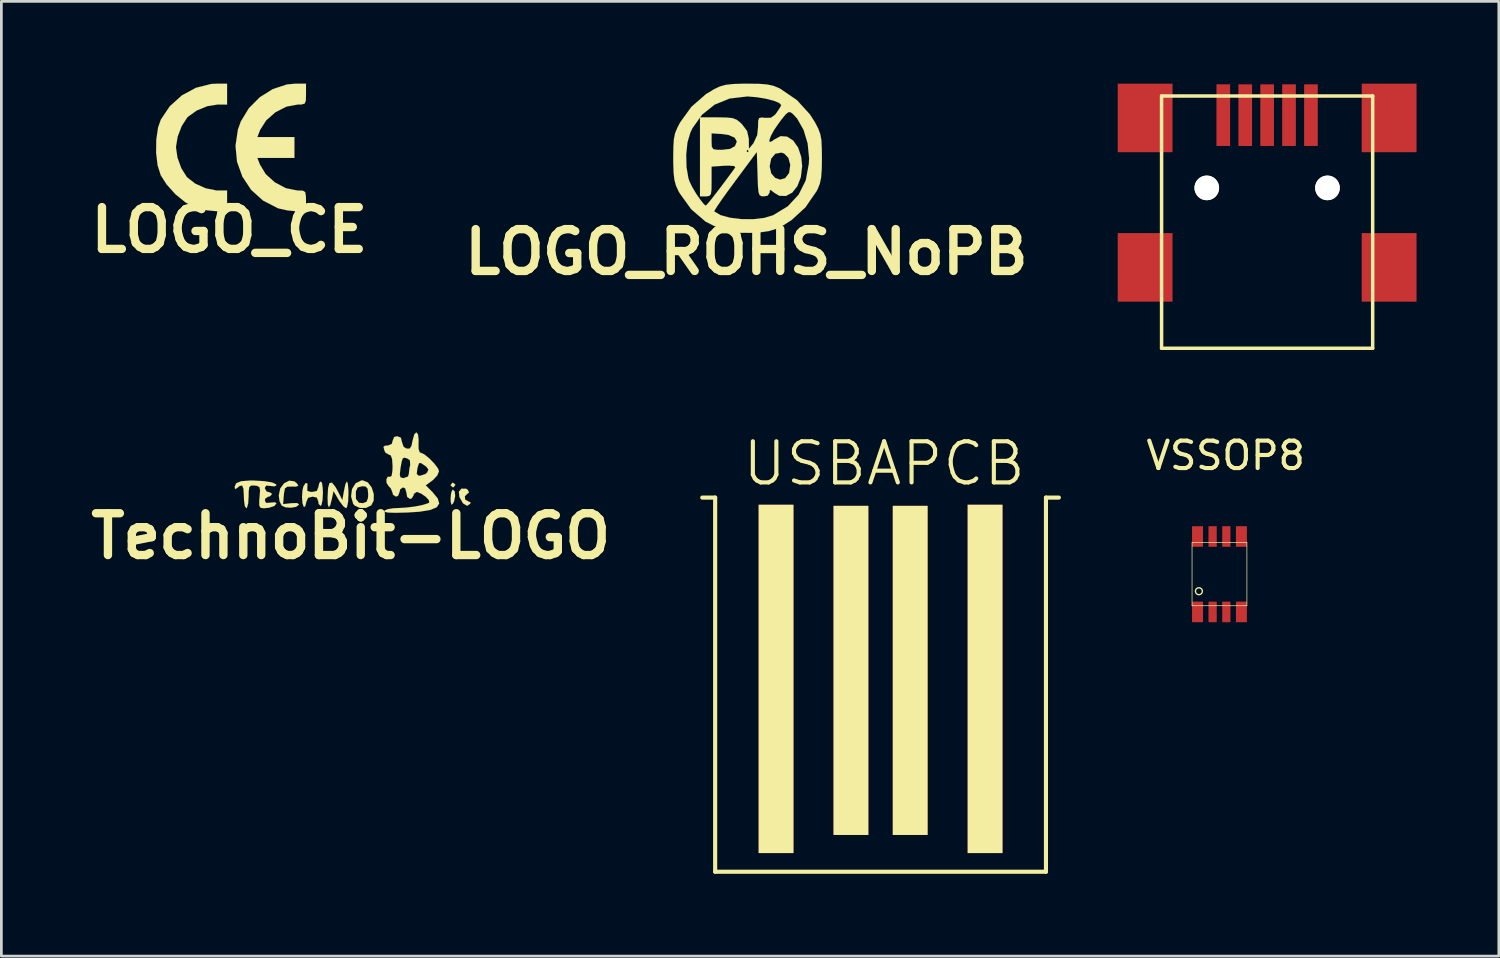
<source format=kicad_pcb>
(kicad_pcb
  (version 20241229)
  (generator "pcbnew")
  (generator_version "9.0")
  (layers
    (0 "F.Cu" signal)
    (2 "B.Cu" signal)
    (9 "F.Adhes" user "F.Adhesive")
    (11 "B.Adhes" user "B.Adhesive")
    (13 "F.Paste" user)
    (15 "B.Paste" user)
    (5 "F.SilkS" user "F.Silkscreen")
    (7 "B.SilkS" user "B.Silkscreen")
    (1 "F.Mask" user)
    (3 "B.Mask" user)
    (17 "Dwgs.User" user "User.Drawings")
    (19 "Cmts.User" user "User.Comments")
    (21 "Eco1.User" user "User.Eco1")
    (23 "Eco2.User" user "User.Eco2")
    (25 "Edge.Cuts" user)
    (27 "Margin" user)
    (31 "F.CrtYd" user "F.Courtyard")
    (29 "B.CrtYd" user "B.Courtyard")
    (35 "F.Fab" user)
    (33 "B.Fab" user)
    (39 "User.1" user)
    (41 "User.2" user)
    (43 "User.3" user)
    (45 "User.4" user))
  (footprint "MINIBUSB"
    (layer "F.Cu")
    (at 43.146 4.798)
    (property "Reference" "MINIBUSB" (at 0 0 0) (layer "Cmts.User") (effects (font (size 0.001 0.001) (thickness 0.000001))))
    (attr through_hole)
    (fp_line (start -3.848 -4.348) (end -3.848 4.849) (stroke (width 0.127) (type solid)) (layer "F.SilkS"))
    (fp_line (start -3.848 4.849) (end 3.848 4.849) (stroke (width 0.127) (type solid)) (layer "F.SilkS"))
    (fp_line (start 3.848 -4.348) (end -3.848 -4.348) (stroke (width 0.127) (type solid)) (layer "F.SilkS"))
    (fp_line (start 3.848 4.849) (end 3.848 -4.348) (stroke (width 0.127) (type solid)) (layer "F.SilkS"))
    (pad "" np_thru_hole circle (at -2.2 -0.998) (size 0.899 0.899) (drill 0.899) (layers "*.Cu" "*.Mask" "F.SilkS"))
    (pad "" np_thru_hole circle (at 2.2 -0.998) (size 0.899 0.899) (drill 0.899) (layers "*.Cu" "*.Mask" "F.SilkS"))
    (pad "1" smd rect (at -1.598 -3.65) (size 0.498 2.248) (layers "F.Cu" "F.Mask" "F.Paste"))
    (pad "2" smd rect (at -0.798 -3.65) (size 0.498 2.248) (layers "F.Cu" "F.Mask" "F.Paste"))
    (pad "3" smd rect (at 0 -3.65) (size 0.498 2.248) (layers "F.Cu" "F.Mask" "F.Paste"))
    (pad "4" smd rect (at 0.798 -3.65) (size 0.498 2.248) (layers "F.Cu" "F.Mask" "F.Paste"))
    (pad "5" smd rect (at 1.598 -3.65) (size 0.498 2.248) (layers "F.Cu" "F.Mask" "F.Paste"))
    (pad "S1" smd rect (at -4.448 -3.548) (size 1.999 2.499) (layers "F.Cu" "F.Mask" "F.Paste"))
    (pad "S2" smd rect (at -4.448 1.9) (size 1.999 2.499) (layers "F.Cu" "F.Mask" "F.Paste"))
    (pad "S3" smd rect (at 4.448 1.9) (size 1.999 2.499) (layers "F.Cu" "F.Mask" "F.Paste"))
    (pad "S4" smd rect (at 4.448 -3.548) (size 1.999 2.499) (layers "F.Cu" "F.Mask" "F.Paste")))
  (footprint "VSSOP8"
    (layer "F.Cu")
    (at 41.409 17.884)
    (property "Reference" "VSSOP8" (at 0.225 -4.325 0) (layer "F.SilkS") (effects (font (size 1 1) (thickness 0.15))))
    (attr through_hole)
    (fp_line (start -1 -1.15) (end -1 1.15) (stroke (width 0.025) (type solid)) (layer "F.SilkS"))
    (fp_line (start -1 1.15) (end 1 1.15) (stroke (width 0.025) (type solid)) (layer "F.SilkS"))
    (fp_line (start 1 -1.15) (end -1 -1.15) (stroke (width 0.025) (type solid)) (layer "F.SilkS"))
    (fp_line (start 1 1.15) (end 1 -1.15) (stroke (width 0.025) (type solid)) (layer "F.SilkS"))
    (fp_circle (center -0.75 0.62) (end -0.66 0.53) (stroke (width 0.05) (type solid)) (fill no) (layer "F.SilkS"))
    (pad "1" smd rect (at -0.8 1.375) (size 0.4 0.75) (layers "F.Cu" "F.Mask" "F.Paste"))
    (pad "2" smd rect (at -0.25 1.375) (size 0.3 0.75) (layers "F.Cu" "F.Mask" "F.Paste"))
    (pad "3" smd rect (at 0.25 1.375) (size 0.3 0.75) (layers "F.Cu" "F.Mask" "F.Paste"))
    (pad "4" smd rect (at 0.8 1.375) (size 0.4 0.75) (layers "F.Cu" "F.Mask" "F.Paste"))
    (pad "5" smd rect (at 0.8 -1.375) (size 0.4 0.75) (layers "F.Cu" "F.Mask" "F.Paste"))
    (pad "6" smd rect (at 0.25 -1.375) (size 0.3 0.75) (layers "F.Cu" "F.Mask" "F.Paste"))
    (pad "7" smd rect (at -0.25 -1.375) (size 0.3 0.75) (layers "F.Cu" "F.Mask" "F.Paste"))
    (pad "8" smd rect (at -0.8 -1.375) (size 0.4 0.75) (layers "F.Cu" "F.Mask" "F.Paste")))
  (footprint "LOGO_ROHS_NoPB"
    (layer "F.Cu")
    (at 24.162 2.668)
    (property "Reference" "LOGO_ROHS_NoPB" (at 0 3.47 0) (layer "F.SilkS") (effects (font (size 1.524 1.524) (thickness 0.305))))
    (attr through_hole)
    (fp_poly (pts (xy 2.753 0.043) (xy 2.746 0.46) (xy 2.723 0.757) (xy 2.677 0.978) (xy 2.598 1.176) (xy 2.558 1.252) (xy 2.286 1.646) (xy 2.286 0.043) (xy 2.233 -0.49) (xy 2.083 -0.986) (xy 1.852 -1.392) (xy 1.699 -1.56) (xy 1.608 -1.628) (xy 1.527 -1.628) (xy 1.422 -1.539) (xy 1.27 -1.349) (xy 1.27 -1.882) (xy 1.27 -1.887) (xy 1.194 -1.966) (xy 0.991 -2.047) (xy 0.706 -2.121) (xy 0.384 -2.174) (xy 0.066 -2.2) (xy 0.015 -2.2) (xy -0.612 -2.126) (xy -1.156 -1.905) (xy -1.61 -1.544) (xy -1.687 -1.44) (xy -1.052 -1.44) (xy -0.716 -1.433) (xy -0.498 -1.41) (xy -0.348 -1.349) (xy -0.216 -1.242) (xy -0.163 -1.191) (xy 0.023 -0.945) (xy 0.086 -0.668) (xy 0.089 -0.62) (xy 0.091 -0.295) (xy 0.257 -0.495) (xy 0.394 -0.79) (xy 0.424 -1.077) (xy 0.429 -1.311) (xy 0.467 -1.415) (xy 0.569 -1.435) (xy 0.683 -1.42) (xy 0.892 -1.425) (xy 1.046 -1.537) (xy 1.105 -1.615) (xy 1.217 -1.783) (xy 1.27 -1.882) (xy 1.27 -1.349) (xy 1.262 -1.339) (xy 1.194 -1.247) (xy 1.013 -0.986) (xy 0.892 -0.765) (xy 0.836 -0.607) (xy 0.851 -0.536) (xy 0.947 -0.577) (xy 1.001 -0.622) (xy 1.245 -0.754) (xy 1.486 -0.737) (xy 1.707 -0.592) (xy 1.885 -0.338) (xy 1.999 0.005) (xy 2.032 0.338) (xy 1.984 0.742) (xy 1.857 1.069) (xy 1.669 1.306) (xy 1.6 1.341) (xy 1.6 0.29) (xy 1.532 0.041) (xy 1.377 -0.122) (xy 1.273 -0.155) (xy 1.054 -0.114) (xy 0.904 0.064) (xy 0.848 0.343) (xy 0.848 0.348) (xy 0.904 0.602) (xy 1.044 0.765) (xy 1.229 0.831) (xy 1.41 0.78) (xy 1.549 0.602) (xy 1.56 0.572) (xy 1.6 0.29) (xy 1.6 1.341) (xy 1.443 1.427) (xy 1.199 1.42) (xy 1.001 1.3) (xy 0.886 1.206) (xy 0.851 1.232) (xy 0.848 1.3) (xy 0.777 1.415) (xy 0.638 1.44) (xy 0.541 1.433) (xy 0.48 1.392) (xy 0.442 1.285) (xy 0.422 1.082) (xy 0.409 0.747) (xy 0.406 0.632) (xy 0.381 -0.178) (xy 0.086 0.218) (xy 0.086 -0.211) (xy 0.043 -0.254) (xy 0 -0.211) (xy 0.043 -0.168) (xy 0.086 -0.211) (xy 0.086 0.218) (xy -0.348 0.803) (xy -0.348 -0.559) (xy -0.429 -0.701) (xy -0.653 -0.798) (xy -0.876 -0.831) (xy -1.27 -0.856) (xy -1.27 -0.554) (xy -1.262 -0.368) (xy -1.204 -0.279) (xy -1.054 -0.254) (xy -0.899 -0.254) (xy -0.594 -0.29) (xy -0.417 -0.389) (xy -0.348 -0.559) (xy -0.348 0.803) (xy -0.404 0.876) (xy -0.404 0.381) (xy -0.447 0.335) (xy -0.643 0.32) (xy -0.813 0.325) (xy -1.27 0.356) (xy -1.27 0.897) (xy -1.273 1.191) (xy -1.295 1.354) (xy -1.349 1.422) (xy -1.45 1.44) (xy -1.481 1.44) (xy -1.692 1.44) (xy -1.692 0) (xy -1.692 -1.433) (xy -1.966 -1.046) (xy -2.042 -0.889) (xy -2.149 -0.528) (xy -2.195 -0.081) (xy -2.184 0.378) (xy -2.113 0.785) (xy -2.07 0.909) (xy -1.966 1.118) (xy -1.824 1.356) (xy -1.671 1.575) (xy -1.547 1.73) (xy -1.481 1.778) (xy -1.417 1.714) (xy -1.278 1.547) (xy -1.085 1.298) (xy -0.95 1.123) (xy -0.732 0.831) (xy -0.551 0.587) (xy -0.434 0.424) (xy -0.404 0.381) (xy -0.404 0.876) (xy -0.411 0.889) (xy -0.681 1.255) (xy -0.907 1.57) (xy -1.072 1.814) (xy -1.161 1.958) (xy -1.171 1.991) (xy -0.942 2.126) (xy -0.594 2.22) (xy -0.18 2.271) (xy 0.254 2.273) (xy 0.658 2.225) (xy 0.975 2.129) (xy 1.509 1.803) (xy 1.905 1.379) (xy 2.164 0.859) (xy 2.278 0.246) (xy 2.286 0.043) (xy 2.286 1.646) (xy 2.154 1.839) (xy 1.641 2.309) (xy 1.339 2.499) (xy 1.072 2.629) (xy 0.818 2.708) (xy 0.511 2.751) (xy 0.17 2.771) (xy -0.328 2.769) (xy -0.711 2.723) (xy -0.856 2.682) (xy -1.488 2.362) (xy -2.012 1.91) (xy -2.433 1.326) (xy -2.477 1.247) (xy -2.568 1.049) (xy -2.624 0.841) (xy -2.654 0.574) (xy -2.667 0.203) (xy -2.667 0.043) (xy -2.662 -0.358) (xy -2.644 -0.643) (xy -2.601 -0.856) (xy -2.522 -1.052) (xy -2.418 -1.252) (xy -2.007 -1.821) (xy -1.471 -2.289) (xy -1.168 -2.471) (xy -0.968 -2.565) (xy -0.759 -2.624) (xy -0.498 -2.654) (xy -0.132 -2.667) (xy 0.043 -2.667) (xy 0.46 -2.662) (xy 0.757 -2.639) (xy 0.978 -2.591) (xy 1.176 -2.512) (xy 1.252 -2.471) (xy 1.841 -2.068) (xy 2.316 -1.547) (xy 2.504 -1.252) (xy 2.619 -1.029) (xy 2.692 -0.833) (xy 2.733 -0.615) (xy 2.748 -0.32) (xy 2.753 0.043)) (stroke (width 0.003) (type solid)) (fill yes) (layer "F.SilkS")))
  (footprint "LOGO_CE"
    (layer "F.Cu")
    (at 5.312 2.287)
    (property "Reference" "LOGO_CE" (at 0 3.048 0) (layer "F.SilkS") (effects (font (size 1.524 1.524) (thickness 0.305))))
    (attr through_hole)
    (fp_poly (pts (xy -0.084 2.37) (xy -0.485 2.362) (xy -0.826 2.329) (xy -1.171 2.253) (xy -1.247 2.23) (xy -1.6 2.042) (xy -1.966 1.745) (xy -2.286 1.389) (xy -2.499 1.057) (xy -2.616 0.693) (xy -2.67 0.236) (xy -2.664 -0.246) (xy -2.598 -0.691) (xy -2.499 -0.975) (xy -2.172 -1.463) (xy -1.732 -1.859) (xy -1.219 -2.136) (xy -0.663 -2.276) (xy -0.45 -2.286) (xy -0.084 -2.286) (xy -0.084 -1.905) (xy -0.084 -1.524) (xy -0.427 -1.527) (xy -0.805 -1.466) (xy -1.194 -1.306) (xy -1.506 -1.082) (xy -1.542 -1.044) (xy -1.737 -0.742) (xy -1.885 -0.358) (xy -1.946 0.015) (xy -1.946 0.041) (xy -1.892 0.411) (xy -1.753 0.795) (xy -1.557 1.107) (xy -1.542 1.125) (xy -1.247 1.356) (xy -0.866 1.527) (xy -0.48 1.605) (xy -0.427 1.608) (xy -0.084 1.608) (xy -0.084 1.989) (xy -0.084 2.37)) (stroke (width 0.003) (type solid)) (fill yes) (layer "F.SilkS"))
    (fp_poly (pts (xy 2.794 2.37) (xy 2.436 2.365) (xy 2.118 2.334) (xy 1.808 2.266) (xy 1.768 2.253) (xy 1.229 1.976) (xy 0.795 1.585) (xy 0.475 1.102) (xy 0.279 0.559) (xy 0.224 -0.023) (xy 0.312 -0.615) (xy 0.419 -0.912) (xy 0.711 -1.392) (xy 1.11 -1.793) (xy 1.585 -2.09) (xy 2.098 -2.258) (xy 2.393 -2.286) (xy 2.794 -2.286) (xy 2.794 -1.905) (xy 2.789 -1.671) (xy 2.746 -1.562) (xy 2.629 -1.527) (xy 2.494 -1.527) (xy 2.08 -1.45) (xy 1.679 -1.245) (xy 1.341 -0.947) (xy 1.115 -0.592) (xy 1.11 -0.572) (xy 1.021 -0.34) (xy 1.697 -0.34) (xy 2.372 -0.34) (xy 2.372 0.041) (xy 2.372 0.422) (xy 1.697 0.422) (xy 1.021 0.422) (xy 1.11 0.655) (xy 1.326 1.013) (xy 1.661 1.313) (xy 2.06 1.524) (xy 2.474 1.608) (xy 2.494 1.608) (xy 2.68 1.615) (xy 2.766 1.669) (xy 2.791 1.816) (xy 2.794 1.989) (xy 2.794 2.37)) (stroke (width 0.003) (type solid)) (fill yes) (layer "F.SilkS")))
  (footprint "TechnoBit-LOGO"
    (layer "F.Cu")
    (at 9.739 14.21)
    (property "Reference" "TechnoBit-LOGO" (at 0 2.286 0) (layer "F.SilkS") (effects (font (size 1.524 1.524) (thickness 0.305))))
    (attr through_hole)
    (fp_poly (pts (xy 3.81 0.422) (xy 3.744 0.505) (xy 3.724 0.508) (xy 3.642 0.442) (xy 3.64 0.422) (xy 3.703 0.34) (xy 3.724 0.338) (xy 3.807 0.401) (xy 3.81 0.422)) (stroke (width 0.003) (type solid)) (fill yes) (layer "F.SilkS"))
    (fp_poly (pts (xy 3.805 0.823) (xy 3.767 1.011) (xy 3.724 1.1) (xy 3.67 1.143) (xy 3.645 1.041) (xy 3.64 0.909) (xy 3.66 0.704) (xy 3.708 0.597) (xy 3.724 0.592) (xy 3.79 0.66) (xy 3.805 0.823)) (stroke (width 0.003) (type solid)) (fill yes) (layer "F.SilkS"))
    (fp_poly (pts (xy 4.366 1.057) (xy 4.359 1.1) (xy 4.242 1.181) (xy 4.1 1.097) (xy 4.084 1.079) (xy 3.96 0.859) (xy 3.94 0.668) (xy 4.031 0.556) (xy 4.199 0.556) (xy 4.267 0.599) (xy 4.31 0.696) (xy 4.255 0.737) (xy 4.158 0.831) (xy 4.168 0.953) (xy 4.272 1.013) (xy 4.28 1.016) (xy 4.366 1.057)) (stroke (width 0.003) (type solid)) (fill yes) (layer "F.SilkS"))
    (fp_poly (pts (xy -1.887 1.128) (xy -1.89 1.138) (xy -1.991 1.217) (xy -2.184 1.25) (xy -2.388 1.234) (xy -2.52 1.171) (xy -2.596 1.016) (xy -2.626 0.8) (xy -2.57 0.544) (xy -2.431 0.358) (xy -2.245 0.264) (xy -2.055 0.29) (xy -1.956 0.371) (xy -1.915 0.45) (xy -1.999 0.48) (xy -2.136 0.478) (xy -2.316 0.483) (xy -2.403 0.549) (xy -2.436 0.726) (xy -2.441 0.792) (xy -2.469 1.12) (xy -2.164 1.085) (xy -1.958 1.079) (xy -1.887 1.128)) (stroke (width 0.003) (type solid)) (fill yes) (layer "F.SilkS"))
    (fp_poly (pts (xy -0.086 0.747) (xy -0.099 1.034) (xy -0.135 1.219) (xy -0.173 1.27) (xy -0.267 1.201) (xy -0.396 1.034) (xy -0.447 0.955) (xy -0.63 0.643) (xy -0.688 0.917) (xy -0.749 1.158) (xy -0.8 1.232) (xy -0.836 1.138) (xy -0.846 0.881) (xy -0.828 0.533) (xy -0.777 0.353) (xy -0.688 0.335) (xy -0.566 0.483) (xy -0.5 0.599) (xy -0.307 0.973) (xy -0.251 0.653) (xy -0.196 0.391) (xy -0.145 0.295) (xy -0.109 0.363) (xy -0.089 0.594) (xy -0.086 0.747)) (stroke (width 0.003) (type solid)) (fill yes) (layer "F.SilkS"))
    (fp_poly (pts (xy 0.838 0.754) (xy 0.833 0.996) (xy 0.744 1.166) (xy 0.635 1.217) (xy 0.635 0.762) (xy 0.617 0.561) (xy 0.546 0.478) (xy 0.422 0.465) (xy 0.249 0.511) (xy 0.183 0.66) (xy 0.188 0.93) (xy 0.295 1.069) (xy 0.442 1.085) (xy 0.574 1.034) (xy 0.627 0.899) (xy 0.635 0.762) (xy 0.635 1.217) (xy 0.556 1.257) (xy 0.328 1.257) (xy 0.137 1.168) (xy 0.086 1.105) (xy 0.01 0.833) (xy 0.046 0.569) (xy 0.175 0.361) (xy 0.381 0.257) (xy 0.437 0.254) (xy 0.622 0.328) (xy 0.762 0.513) (xy 0.838 0.754)) (stroke (width 0.003) (type solid)) (fill yes) (layer "F.SilkS"))
    (fp_poly (pts (xy -1.016 0.714) (xy -1.031 0.97) (xy -1.067 1.14) (xy -1.102 1.184) (xy -1.171 1.113) (xy -1.186 1.016) (xy -1.237 0.881) (xy -1.392 0.846) (xy -1.557 0.889) (xy -1.623 1.044) (xy -1.626 1.064) (xy -1.664 1.204) (xy -1.714 1.219) (xy -1.76 1.09) (xy -1.778 0.866) (xy -1.763 0.627) (xy -1.727 0.472) (xy -1.643 0.348) (xy -1.58 0.368) (xy -1.585 0.508) (xy -1.587 0.632) (xy -1.473 0.673) (xy -1.407 0.676) (xy -1.237 0.64) (xy -1.186 0.511) (xy -1.148 0.351) (xy -1.102 0.295) (xy -1.052 0.338) (xy -1.024 0.531) (xy -1.016 0.714)) (stroke (width 0.003) (type solid)) (fill yes) (layer "F.SilkS"))
    (fp_poly (pts (xy -2.71 1.09) (xy -2.786 1.186) (xy -2.982 1.252) (xy -3.17 1.27) (xy -3.284 1.255) (xy -3.335 1.184) (xy -3.338 1.008) (xy -3.325 0.864) (xy -3.307 0.62) (xy -3.33 0.5) (xy -3.416 0.452) (xy -3.505 0.442) (xy -3.637 0.442) (xy -3.701 0.5) (xy -3.724 0.658) (xy -3.726 0.846) (xy -3.741 1.087) (xy -3.782 1.24) (xy -3.81 1.27) (xy -3.861 1.194) (xy -3.891 0.998) (xy -3.896 0.846) (xy -3.912 0.566) (xy -3.96 0.439) (xy -4.054 0.457) (xy -4.133 0.523) (xy -4.216 0.574) (xy -4.234 0.488) (xy -4.178 0.358) (xy -3.995 0.284) (xy -3.67 0.259) (xy -3.553 0.259) (xy -3.155 0.282) (xy -2.87 0.328) (xy -2.725 0.396) (xy -2.71 0.429) (xy -2.779 0.472) (xy -2.921 0.457) (xy -3.084 0.442) (xy -3.134 0.526) (xy -3.134 0.541) (xy -3.071 0.658) (xy -3.007 0.676) (xy -2.893 0.721) (xy -2.88 0.762) (xy -2.949 0.836) (xy -3.007 0.846) (xy -3.117 0.914) (xy -3.134 0.98) (xy -3.094 1.074) (xy -2.944 1.069) (xy -2.924 1.064) (xy -2.766 1.052) (xy -2.71 1.09)) (stroke (width 0.003) (type solid)) (fill yes) (layer "F.SilkS"))
    (fp_poly (pts (xy 3.223 1.095) (xy 3.134 1.234) (xy 2.893 1.333) (xy 2.497 1.397) (xy 2.05 1.425) (xy 1.628 1.435) (xy 1.361 1.427) (xy 1.232 1.4) (xy 1.219 1.364) (xy 1.333 1.306) (xy 1.552 1.27) (xy 1.676 1.265) (xy 2.004 1.247) (xy 2.337 1.206) (xy 2.626 1.148) (xy 2.819 1.087) (xy 2.86 1.062) (xy 2.847 0.975) (xy 2.736 0.853) (xy 2.578 0.742) (xy 2.428 0.678) (xy 2.403 0.676) (xy 2.299 0.744) (xy 2.286 0.803) (xy 2.217 0.914) (xy 2.167 0.927) (xy 2.167 -0.307) (xy 2.154 -0.478) (xy 2.068 -0.541) (xy 1.956 -0.577) (xy 1.892 -0.546) (xy 1.852 -0.417) (xy 1.811 -0.188) (xy 1.786 0.036) (xy 1.808 0.14) (xy 1.897 0.168) (xy 1.935 0.168) (xy 2.085 0.112) (xy 2.116 0.02) (xy 2.139 -0.188) (xy 2.167 -0.307) (xy 2.167 0.927) (xy 2.159 0.93) (xy 2.055 0.856) (xy 2.032 0.719) (xy 1.986 0.549) (xy 1.905 0.508) (xy 1.801 0.577) (xy 1.778 0.676) (xy 1.725 0.813) (xy 1.651 0.846) (xy 1.539 0.777) (xy 1.524 0.706) (xy 1.46 0.546) (xy 1.382 0.465) (xy 1.306 0.348) (xy 1.298 0.213) (xy 1.349 0.119) (xy 1.438 0.124) (xy 1.491 0.084) (xy 1.519 -0.107) (xy 1.524 -0.251) (xy 1.506 -0.526) (xy 1.458 -0.658) (xy 1.405 -0.678) (xy 1.275 -0.747) (xy 1.234 -0.813) (xy 1.191 -0.963) (xy 1.245 -1.013) (xy 1.354 -1.016) (xy 1.496 -1.077) (xy 1.524 -1.186) (xy 1.582 -1.328) (xy 1.692 -1.356) (xy 1.826 -1.303) (xy 1.862 -1.153) (xy 1.925 -0.968) (xy 2.032 -0.907) (xy 2.146 -0.904) (xy 2.212 -1.001) (xy 2.253 -1.199) (xy 2.316 -1.425) (xy 2.39 -1.499) (xy 2.451 -1.422) (xy 2.474 -1.209) (xy 2.469 -1.115) (xy 2.471 -0.889) (xy 2.512 -0.772) (xy 2.53 -0.762) (xy 2.672 -0.701) (xy 2.86 -0.551) (xy 3.045 -0.361) (xy 3.18 -0.18) (xy 3.216 -0.079) (xy 3.152 0.074) (xy 2.997 0.241) (xy 2.974 0.257) (xy 2.83 0.363) (xy 2.83 -0.145) (xy 2.741 -0.257) (xy 2.695 -0.287) (xy 2.555 -0.381) (xy 2.487 -0.373) (xy 2.443 -0.239) (xy 2.423 -0.15) (xy 2.403 0.02) (xy 2.469 0.079) (xy 2.527 0.084) (xy 2.715 0.025) (xy 2.786 -0.036) (xy 2.83 -0.145) (xy 2.83 0.363) (xy 2.733 0.434) (xy 2.974 0.676) (xy 3.17 0.912) (xy 3.223 1.095)) (stroke (width 0.003) (type solid)) (fill yes) (layer "F.SilkS")))
  (footprint "USBAPCB"
    (layer "F.Cu")
    (at 29.053 21.701)
    (property "Reference" "USBAPCB" (at 0.13 -7.85 0) (layer "F.SilkS") (effects (font (size 1.5 1.5) (thickness 0.15))))
    (attr exclude_from_pos_files exclude_from_bom)
    (fp_line (start -6.03 -6.61) (end -6.5 -6.61) (stroke (width 0.15) (type solid)) (layer "F.SilkS"))
    (fp_line (start -6.03 7.03) (end -6.03 -6.61) (stroke (width 0.15) (type solid)) (layer "F.SilkS"))
    (fp_line (start 6.03 -6.61) (end 6.03 7.03) (stroke (width 0.15) (type solid)) (layer "F.SilkS"))
    (fp_line (start 6.03 -6.61) (end 6.5 -6.61) (stroke (width 0.15) (type solid)) (layer "F.SilkS"))
    (fp_line (start 6.03 7.03) (end -6.03 7.03) (stroke (width 0.15) (type solid)) (layer "F.SilkS"))
    (pad "1" smd rect (at 3.81 0) (size 1.27 12.7) (layers "F.Cu" "F.Mask" "F.SilkS"))
    (pad "2" smd rect (at 1.08 -0.31) (size 1.27 12) (layers "F.Cu" "F.Mask" "F.SilkS"))
    (pad "3" smd rect (at -1.08 -0.31) (size 1.27 12) (layers "F.Cu" "F.Mask" "F.SilkS"))
    (pad "5" smd rect (at -3.81 0) (size 1.27 12.7) (layers "F.Cu" "F.Mask" "F.SilkS")))
  (gr_rect
    (start -3 -3)
    (end 51.593 31.806)
    (stroke (width 0.1) (type default))
    (fill no)
    (layer "Edge.Cuts")))
</source>
